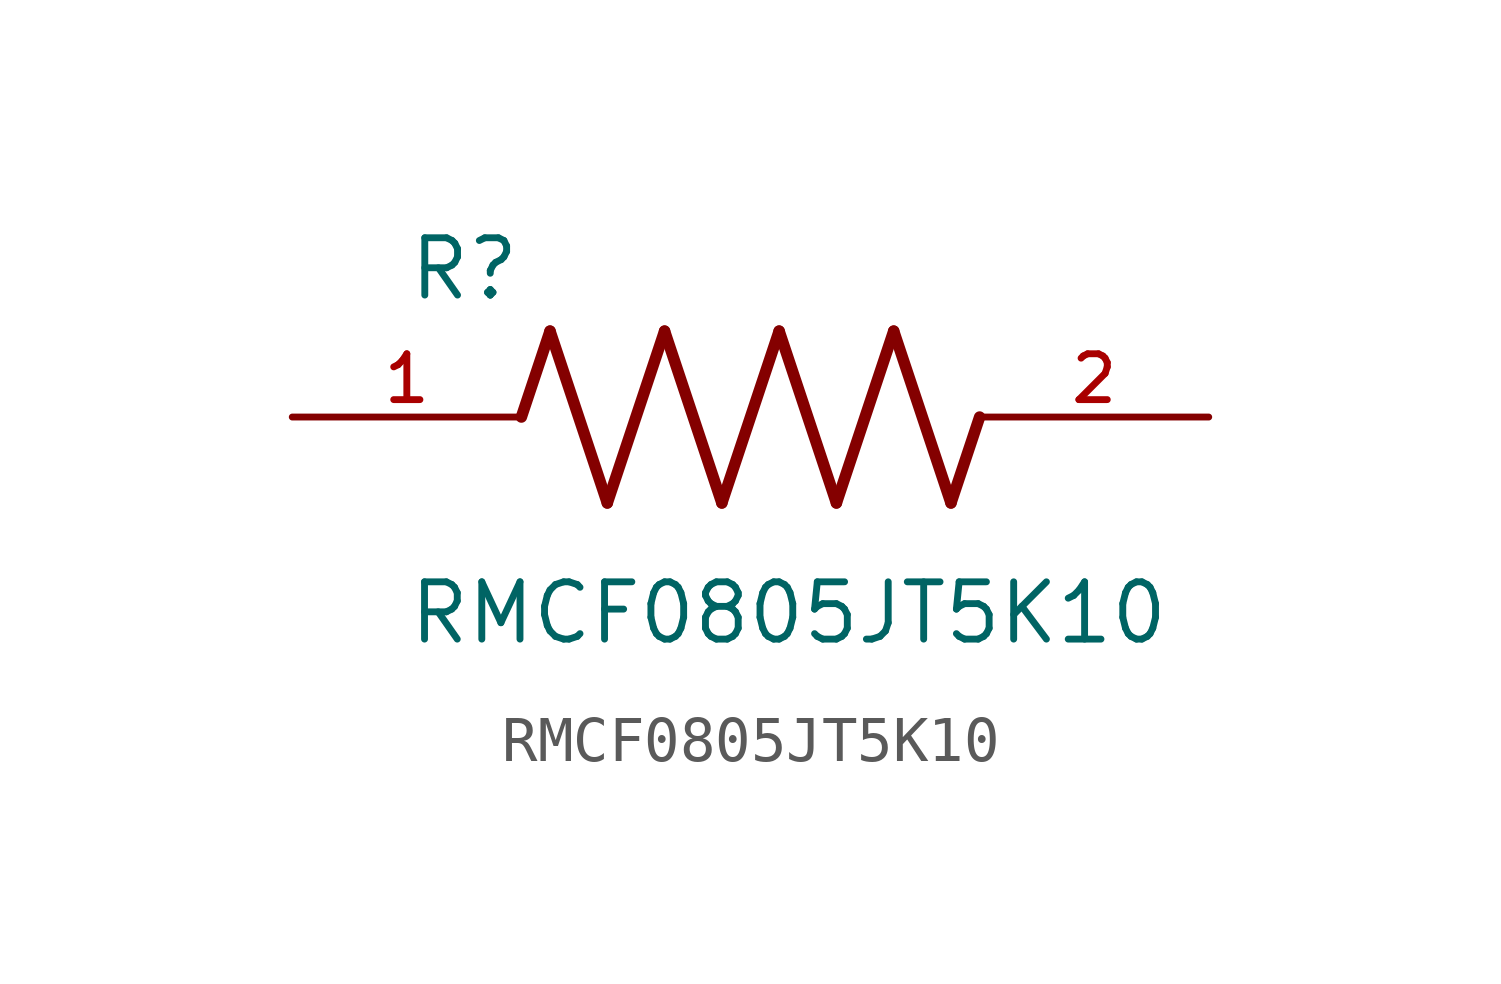
<source format=kicad_sym>
(kicad_symbol_lib
  (version 20211014)
  (generator kicad_symbol_editor)
  (symbol "RMCF0805JT5K10"
    (pin_names
      (offset 1.016))
    (property "Reference" "R"
      (at -7.624 2.541 0)
      (effects (font (size 1.27 1.27)) (justify bottom left)))
    (property "Value" "RMCF0805JT5K10"
      (at -7.63 -5.087 0)
      (effects (font (size 1.27 1.27)) (justify bottom left)))
    (symbol "RMCF0805JT5K10_0_0"
      (polyline (pts (xy -5.08 0.0) (xy -4.445 1.905)) (stroke (width 0.254)))
      (polyline (pts (xy -4.445 1.905) (xy -3.175 -1.905)) (stroke (width 0.254)))
      (polyline (pts (xy -3.175 -1.905) (xy -1.905 1.905)) (stroke (width 0.254)))
      (polyline (pts (xy -1.905 1.905) (xy -0.635 -1.905)) (stroke (width 0.254)))
      (polyline (pts (xy -0.635 -1.905) (xy 0.635 1.905)) (stroke (width 0.254)))
      (polyline (pts (xy 0.635 1.905) (xy 1.905 -1.905)) (stroke (width 0.254)))
      (polyline (pts (xy 1.905 -1.905) (xy 3.175 1.905)) (stroke (width 0.254)))
      (polyline (pts (xy 3.175 1.905) (xy 4.445 -1.905)) (stroke (width 0.254)))
      (polyline (pts (xy 4.445 -1.905) (xy 5.08 0.0)) (stroke (width 0.254)))
      (pin passive line (at -10.16 0.0 0) (length 5.08) (name "~" (effects (font (size 1.016 1.016)))) (number "1" (effects (font (size 1.016 1.016)))))
      (pin passive line (at 10.16 0.0 180.0) (length 5.08) (name "~" (effects (font (size 1.016 1.016)))) (number "2" (effects (font (size 1.016 1.016))))))))
</source>
